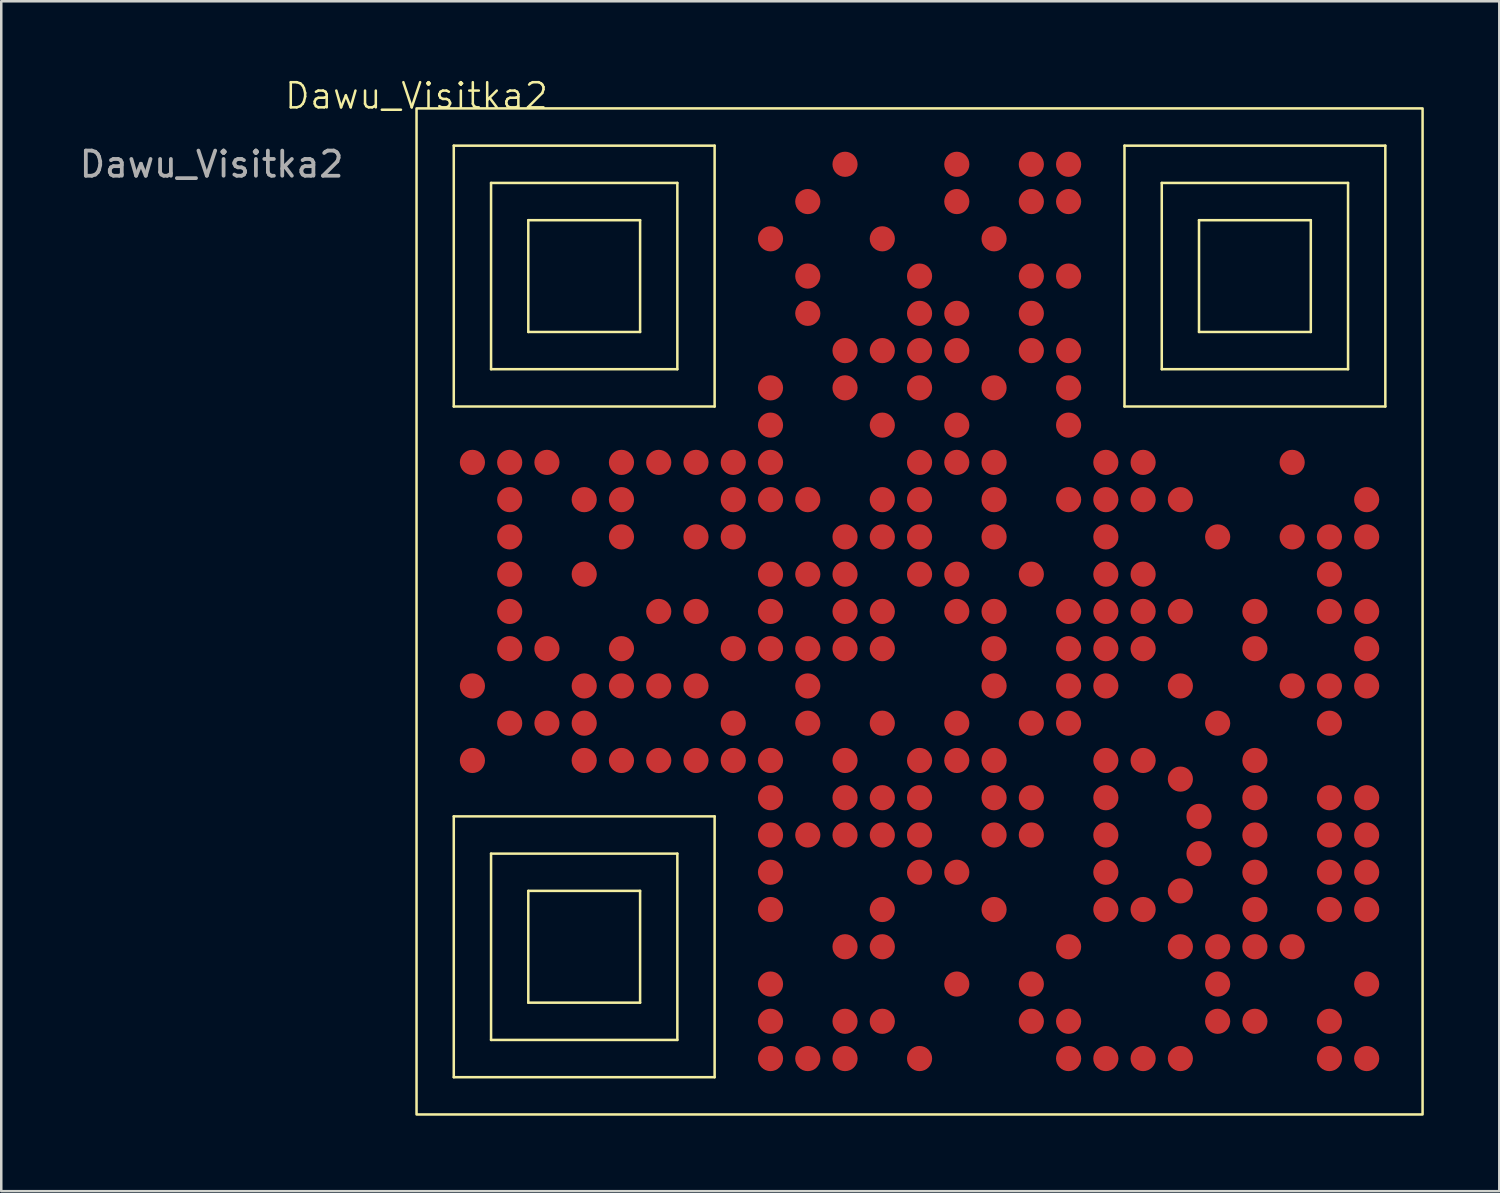
<source format=kicad_pcb>
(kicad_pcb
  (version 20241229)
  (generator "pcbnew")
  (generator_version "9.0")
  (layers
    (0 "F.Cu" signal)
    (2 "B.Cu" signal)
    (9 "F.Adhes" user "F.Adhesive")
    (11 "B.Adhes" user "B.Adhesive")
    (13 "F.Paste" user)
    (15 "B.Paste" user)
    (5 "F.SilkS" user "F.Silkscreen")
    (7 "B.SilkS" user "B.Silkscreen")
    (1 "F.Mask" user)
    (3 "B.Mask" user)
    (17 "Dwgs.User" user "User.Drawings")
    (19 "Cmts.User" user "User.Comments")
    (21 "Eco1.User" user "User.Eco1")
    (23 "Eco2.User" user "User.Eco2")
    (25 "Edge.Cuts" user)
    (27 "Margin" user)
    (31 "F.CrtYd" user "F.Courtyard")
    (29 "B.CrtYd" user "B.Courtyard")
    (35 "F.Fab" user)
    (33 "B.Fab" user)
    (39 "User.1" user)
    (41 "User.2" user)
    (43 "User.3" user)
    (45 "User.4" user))
  (footprint "Dawu_Visitka2"
    (layer "F.Cu")
    (at 13.511 1.26)
    (property "Reference" "Dawu_Visitka2" (at 0 -0.5 0) (unlocked yes) (layer "F.SilkS") (effects (font (size 1 1) (thickness 0.1))))
    (attr smd)
    (fp_line (start 1.481 1.481) (end 1.481 11.852) (stroke (width 0.1) (type default)) (layer "F.SilkS"))
    (fp_line (start 1.481 11.852) (end 11.852 11.852) (stroke (width 0.1) (type default)) (layer "F.SilkS"))
    (fp_line (start 1.481 28.148) (end 11.852 28.148) (stroke (width 0.1) (type default)) (layer "F.SilkS"))
    (fp_line (start 1.481 38.519) (end 1.481 28.148) (stroke (width 0.1) (type default)) (layer "F.SilkS"))
    (fp_line (start 2.963 2.963) (end 2.963 10.37) (stroke (width 0.1) (type default)) (layer "F.SilkS"))
    (fp_line (start 2.963 10.37) (end 10.37 10.37) (stroke (width 0.1) (type default)) (layer "F.SilkS"))
    (fp_line (start 2.963 29.63) (end 10.37 29.63) (stroke (width 0.1) (type default)) (layer "F.SilkS"))
    (fp_line (start 2.963 37.037) (end 2.963 29.63) (stroke (width 0.1) (type default)) (layer "F.SilkS"))
    (fp_line (start 4.444 4.444) (end 4.444 8.889) (stroke (width 0.1) (type default)) (layer "F.SilkS"))
    (fp_line (start 4.444 8.889) (end 8.889 8.889) (stroke (width 0.1) (type default)) (layer "F.SilkS"))
    (fp_line (start 4.444 31.111) (end 8.889 31.111) (stroke (width 0.1) (type default)) (layer "F.SilkS"))
    (fp_line (start 4.444 35.556) (end 4.444 31.111) (stroke (width 0.1) (type default)) (layer "F.SilkS"))
    (fp_line (start 8.889 4.444) (end 4.444 4.444) (stroke (width 0.1) (type default)) (layer "F.SilkS"))
    (fp_line (start 8.889 8.889) (end 8.889 4.444) (stroke (width 0.1) (type default)) (layer "F.SilkS"))
    (fp_line (start 8.889 31.111) (end 8.889 35.556) (stroke (width 0.1) (type default)) (layer "F.SilkS"))
    (fp_line (start 8.889 35.556) (end 4.444 35.556) (stroke (width 0.1) (type default)) (layer "F.SilkS"))
    (fp_line (start 10.37 2.963) (end 2.963 2.963) (stroke (width 0.1) (type default)) (layer "F.SilkS"))
    (fp_line (start 10.37 10.37) (end 10.37 2.963) (stroke (width 0.1) (type default)) (layer "F.SilkS"))
    (fp_line (start 10.37 29.63) (end 10.37 37.037) (stroke (width 0.1) (type default)) (layer "F.SilkS"))
    (fp_line (start 10.37 37.037) (end 2.963 37.037) (stroke (width 0.1) (type default)) (layer "F.SilkS"))
    (fp_line (start 11.852 1.481) (end 1.481 1.481) (stroke (width 0.1) (type default)) (layer "F.SilkS"))
    (fp_line (start 11.852 11.852) (end 11.852 1.481) (stroke (width 0.1) (type default)) (layer "F.SilkS"))
    (fp_line (start 11.852 28.148) (end 11.852 38.519) (stroke (width 0.1) (type default)) (layer "F.SilkS"))
    (fp_line (start 11.852 38.519) (end 1.481 38.519) (stroke (width 0.1) (type default)) (layer "F.SilkS"))
    (fp_line (start 28.148 1.481) (end 28.148 11.852) (stroke (width 0.1) (type default)) (layer "F.SilkS"))
    (fp_line (start 28.148 11.852) (end 38.519 11.852) (stroke (width 0.1) (type default)) (layer "F.SilkS"))
    (fp_line (start 29.63 2.963) (end 29.63 10.37) (stroke (width 0.1) (type default)) (layer "F.SilkS"))
    (fp_line (start 29.63 10.37) (end 37.037 10.37) (stroke (width 0.1) (type default)) (layer "F.SilkS"))
    (fp_line (start 31.111 4.444) (end 31.111 8.889) (stroke (width 0.1) (type default)) (layer "F.SilkS"))
    (fp_line (start 31.111 8.889) (end 35.556 8.889) (stroke (width 0.1) (type default)) (layer "F.SilkS"))
    (fp_line (start 35.556 4.444) (end 31.111 4.444) (stroke (width 0.1) (type default)) (layer "F.SilkS"))
    (fp_line (start 35.556 8.889) (end 35.556 4.444) (stroke (width 0.1) (type default)) (layer "F.SilkS"))
    (fp_line (start 37.037 2.963) (end 29.63 2.963) (stroke (width 0.1) (type default)) (layer "F.SilkS"))
    (fp_line (start 37.037 10.37) (end 37.037 2.963) (stroke (width 0.1) (type default)) (layer "F.SilkS"))
    (fp_line (start 38.519 1.481) (end 28.148 1.481) (stroke (width 0.1) (type default)) (layer "F.SilkS"))
    (fp_line (start 38.519 11.852) (end 38.519 1.481) (stroke (width 0.1) (type default)) (layer "F.SilkS"))
    (fp_rect (start 0 0) (end 40 40) (stroke (width 0.1) (type default)) (fill no) (layer "F.SilkS"))
    (fp_text user "${REFERENCE}" (at -8.148 2.222 0) (unlocked yes) (layer "F.Fab") (effects (font (size 1 1) (thickness 0.15))))
    (pad "1" smd circle (at 17.037 2.222) (size 1 1) (layers "F.Cu" "F.Mask" "F.Paste"))
    (pad "2" smd circle (at 21.481 2.222) (size 1 1) (layers "F.Cu" "F.Mask" "F.Paste"))
    (pad "3" smd circle (at 24.444 2.222) (size 1 1) (layers "F.Cu" "F.Mask" "F.Paste"))
    (pad "4" smd circle (at 25.926 2.222) (size 1 1) (layers "F.Cu" "F.Mask" "F.Paste"))
    (pad "5" smd circle (at 25.926 3.704) (size 1 1) (layers "F.Cu" "F.Mask" "F.Paste"))
    (pad "6" smd circle (at 24.444 3.704) (size 1 1) (layers "F.Cu" "F.Mask" "F.Paste"))
    (pad "7" smd circle (at 21.481 3.704) (size 1 1) (layers "F.Cu" "F.Mask" "F.Paste"))
    (pad "8" smd circle (at 15.556 3.704) (size 1 1) (layers "F.Cu" "F.Mask" "F.Paste"))
    (pad "9" smd circle (at 14.074 5.185) (size 1 1) (layers "F.Cu" "F.Mask" "F.Paste"))
    (pad "10" smd circle (at 18.519 5.185) (size 1 1) (layers "F.Cu" "F.Mask" "F.Paste"))
    (pad "11" smd circle (at 22.963 5.185) (size 1 1) (layers "F.Cu" "F.Mask" "F.Paste"))
    (pad "12" smd circle (at 25.926 6.667) (size 1 1) (layers "F.Cu" "F.Mask" "F.Paste"))
    (pad "13" smd circle (at 24.444 6.667) (size 1 1) (layers "F.Cu" "F.Mask" "F.Paste"))
    (pad "14" smd circle (at 20 6.667) (size 1 1) (layers "F.Cu" "F.Mask" "F.Paste"))
    (pad "15" smd circle (at 15.556 6.667) (size 1 1) (layers "F.Cu" "F.Mask" "F.Paste"))
    (pad "16" smd circle (at 15.556 8.148) (size 1 1) (layers "F.Cu" "F.Mask" "F.Paste"))
    (pad "17" smd circle (at 20 8.148) (size 1 1) (layers "F.Cu" "F.Mask" "F.Paste"))
    (pad "18" smd circle (at 21.481 8.148) (size 1 1) (layers "F.Cu" "F.Mask" "F.Paste"))
    (pad "19" smd circle (at 24.444 8.148) (size 1 1) (layers "F.Cu" "F.Mask" "F.Paste"))
    (pad "20" smd circle (at 25.926 9.63) (size 1 1) (layers "F.Cu" "F.Mask" "F.Paste"))
    (pad "21" smd circle (at 24.444 9.63) (size 1 1) (layers "F.Cu" "F.Mask" "F.Paste"))
    (pad "22" smd circle (at 21.481 9.63) (size 1 1) (layers "F.Cu" "F.Mask" "F.Paste"))
    (pad "23" smd circle (at 20 9.63) (size 1 1) (layers "F.Cu" "F.Mask" "F.Paste"))
    (pad "24" smd circle (at 18.519 9.63) (size 1 1) (layers "F.Cu" "F.Mask" "F.Paste"))
    (pad "25" smd circle (at 17.037 9.63) (size 1 1) (layers "F.Cu" "F.Mask" "F.Paste"))
    (pad "26" smd circle (at 14.074 11.111) (size 1 1) (layers "F.Cu" "F.Mask" "F.Paste"))
    (pad "27" smd circle (at 17.037 11.111) (size 1 1) (layers "F.Cu" "F.Mask" "F.Paste"))
    (pad "28" smd circle (at 20 11.111) (size 1 1) (layers "F.Cu" "F.Mask" "F.Paste"))
    (pad "29" smd circle (at 22.963 11.111) (size 1 1) (layers "F.Cu" "F.Mask" "F.Paste"))
    (pad "30" smd circle (at 25.926 11.111) (size 1 1) (layers "F.Cu" "F.Mask" "F.Paste"))
    (pad "31" smd circle (at 25.926 12.593) (size 1 1) (layers "F.Cu" "F.Mask" "F.Paste"))
    (pad "32" smd circle (at 21.481 12.593) (size 1 1) (layers "F.Cu" "F.Mask" "F.Paste"))
    (pad "33" smd circle (at 18.519 12.593) (size 1 1) (layers "F.Cu" "F.Mask" "F.Paste"))
    (pad "34" smd circle (at 14.074 12.593) (size 1 1) (layers "F.Cu" "F.Mask" "F.Paste"))
    (pad "35" smd circle (at 2.222 14.074) (size 1 1) (layers "F.Cu" "F.Mask" "F.Paste"))
    (pad "36" smd circle (at 3.704 14.074) (size 1 1) (layers "F.Cu" "F.Mask" "F.Paste"))
    (pad "37" smd circle (at 5.185 14.074) (size 1 1) (layers "F.Cu" "F.Mask" "F.Paste"))
    (pad "38" smd circle (at 8.148 14.074) (size 1 1) (layers "F.Cu" "F.Mask" "F.Paste"))
    (pad "39" smd circle (at 9.63 14.074) (size 1 1) (layers "F.Cu" "F.Mask" "F.Paste"))
    (pad "40" smd circle (at 11.111 14.074) (size 1 1) (layers "F.Cu" "F.Mask" "F.Paste"))
    (pad "41" smd circle (at 12.593 14.074) (size 1 1) (layers "F.Cu" "F.Mask" "F.Paste"))
    (pad "42" smd circle (at 14.074 14.074) (size 1 1) (layers "F.Cu" "F.Mask" "F.Paste"))
    (pad "43" smd circle (at 20 14.074) (size 1 1) (layers "F.Cu" "F.Mask" "F.Paste"))
    (pad "44" smd circle (at 21.481 14.074) (size 1 1) (layers "F.Cu" "F.Mask" "F.Paste"))
    (pad "45" smd circle (at 22.963 14.074) (size 1 1) (layers "F.Cu" "F.Mask" "F.Paste"))
    (pad "46" smd circle (at 27.407 14.074) (size 1 1) (layers "F.Cu" "F.Mask" "F.Paste"))
    (pad "47" smd circle (at 28.889 14.074) (size 1 1) (layers "F.Cu" "F.Mask" "F.Paste"))
    (pad "48" smd circle (at 34.815 14.074) (size 1 1) (layers "F.Cu" "F.Mask" "F.Paste"))
    (pad "49" smd circle (at 37.778 15.556) (size 1 1) (layers "F.Cu" "F.Mask" "F.Paste"))
    (pad "50" smd circle (at 30.37 15.556) (size 1 1) (layers "F.Cu" "F.Mask" "F.Paste"))
    (pad "51" smd circle (at 28.889 15.556) (size 1 1) (layers "F.Cu" "F.Mask" "F.Paste"))
    (pad "52" smd circle (at 27.407 15.556) (size 1 1) (layers "F.Cu" "F.Mask" "F.Paste"))
    (pad "53" smd circle (at 25.926 15.556) (size 1 1) (layers "F.Cu" "F.Mask" "F.Paste"))
    (pad "54" smd circle (at 22.963 15.556) (size 1 1) (layers "F.Cu" "F.Mask" "F.Paste"))
    (pad "55" smd circle (at 20 15.556) (size 1 1) (layers "F.Cu" "F.Mask" "F.Paste"))
    (pad "56" smd circle (at 18.519 15.556) (size 1 1) (layers "F.Cu" "F.Mask" "F.Paste"))
    (pad "57" smd circle (at 15.556 15.556) (size 1 1) (layers "F.Cu" "F.Mask" "F.Paste"))
    (pad "58" smd circle (at 14.074 15.556) (size 1 1) (layers "F.Cu" "F.Mask" "F.Paste"))
    (pad "59" smd circle (at 12.593 15.556) (size 1 1) (layers "F.Cu" "F.Mask" "F.Paste"))
    (pad "60" smd circle (at 8.148 15.556) (size 1 1) (layers "F.Cu" "F.Mask" "F.Paste"))
    (pad "61" smd circle (at 6.667 15.556) (size 1 1) (layers "F.Cu" "F.Mask" "F.Paste"))
    (pad "62" smd circle (at 3.704 15.556) (size 1 1) (layers "F.Cu" "F.Mask" "F.Paste"))
    (pad "63" smd circle (at 3.704 17.037) (size 1 1) (layers "F.Cu" "F.Mask" "F.Paste"))
    (pad "64" smd circle (at 8.148 17.037) (size 1 1) (layers "F.Cu" "F.Mask" "F.Paste"))
    (pad "65" smd circle (at 11.111 17.037) (size 1 1) (layers "F.Cu" "F.Mask" "F.Paste"))
    (pad "66" smd circle (at 12.593 17.037) (size 1 1) (layers "F.Cu" "F.Mask" "F.Paste"))
    (pad "67" smd circle (at 17.037 17.037) (size 1 1) (layers "F.Cu" "F.Mask" "F.Paste"))
    (pad "68" smd circle (at 18.519 17.037) (size 1 1) (layers "F.Cu" "F.Mask" "F.Paste"))
    (pad "69" smd circle (at 20 17.037) (size 1 1) (layers "F.Cu" "F.Mask" "F.Paste"))
    (pad "70" smd circle (at 22.963 17.037) (size 1 1) (layers "F.Cu" "F.Mask" "F.Paste"))
    (pad "71" smd circle (at 27.407 17.037) (size 1 1) (layers "F.Cu" "F.Mask" "F.Paste"))
    (pad "72" smd circle (at 31.852 17.037) (size 1 1) (layers "F.Cu" "F.Mask" "F.Paste"))
    (pad "73" smd circle (at 34.815 17.037) (size 1 1) (layers "F.Cu" "F.Mask" "F.Paste"))
    (pad "74" smd circle (at 36.296 17.037) (size 1 1) (layers "F.Cu" "F.Mask" "F.Paste"))
    (pad "75" smd circle (at 37.778 17.037) (size 1 1) (layers "F.Cu" "F.Mask" "F.Paste"))
    (pad "76" smd circle (at 36.296 18.519) (size 1 1) (layers "F.Cu" "F.Mask" "F.Paste"))
    (pad "77" smd circle (at 28.889 18.519) (size 1 1) (layers "F.Cu" "F.Mask" "F.Paste"))
    (pad "78" smd circle (at 27.407 18.519) (size 1 1) (layers "F.Cu" "F.Mask" "F.Paste"))
    (pad "79" smd circle (at 24.444 18.519) (size 1 1) (layers "F.Cu" "F.Mask" "F.Paste"))
    (pad "80" smd circle (at 21.481 18.519) (size 1 1) (layers "F.Cu" "F.Mask" "F.Paste"))
    (pad "81" smd circle (at 20 18.519) (size 1 1) (layers "F.Cu" "F.Mask" "F.Paste"))
    (pad "82" smd circle (at 17.037 18.519) (size 1 1) (layers "F.Cu" "F.Mask" "F.Paste"))
    (pad "83" smd circle (at 15.556 18.519) (size 1 1) (layers "F.Cu" "F.Mask" "F.Paste"))
    (pad "84" smd circle (at 14.074 18.519) (size 1 1) (layers "F.Cu" "F.Mask" "F.Paste"))
    (pad "85" smd circle (at 6.667 18.519) (size 1 1) (layers "F.Cu" "F.Mask" "F.Paste"))
    (pad "86" smd circle (at 3.704 18.519) (size 1 1) (layers "F.Cu" "F.Mask" "F.Paste"))
    (pad "87" smd circle (at 3.704 20) (size 1 1) (layers "F.Cu" "F.Mask" "F.Paste"))
    (pad "88" smd circle (at 9.63 20) (size 1 1) (layers "F.Cu" "F.Mask" "F.Paste"))
    (pad "89" smd circle (at 11.111 20) (size 1 1) (layers "F.Cu" "F.Mask" "F.Paste"))
    (pad "90" smd circle (at 14.074 20) (size 1 1) (layers "F.Cu" "F.Mask" "F.Paste"))
    (pad "91" smd circle (at 17.037 20) (size 1 1) (layers "F.Cu" "F.Mask" "F.Paste"))
    (pad "92" smd circle (at 18.519 20) (size 1 1) (layers "F.Cu" "F.Mask" "F.Paste"))
    (pad "93" smd circle (at 21.481 20) (size 1 1) (layers "F.Cu" "F.Mask" "F.Paste"))
    (pad "94" smd circle (at 22.963 20) (size 1 1) (layers "F.Cu" "F.Mask" "F.Paste"))
    (pad "95" smd circle (at 25.926 20) (size 1 1) (layers "F.Cu" "F.Mask" "F.Paste"))
    (pad "96" smd circle (at 27.407 20) (size 1 1) (layers "F.Cu" "F.Mask" "F.Paste"))
    (pad "97" smd circle (at 28.889 20) (size 1 1) (layers "F.Cu" "F.Mask" "F.Paste"))
    (pad "98" smd circle (at 30.37 20) (size 1 1) (layers "F.Cu" "F.Mask" "F.Paste"))
    (pad "99" smd circle (at 33.333 20) (size 1 1) (layers "F.Cu" "F.Mask" "F.Paste"))
    (pad "100" smd circle (at 36.296 20) (size 1 1) (layers "F.Cu" "F.Mask" "F.Paste"))
    (pad "101" smd circle (at 37.778 20) (size 1 1) (layers "F.Cu" "F.Mask" "F.Paste"))
    (pad "102" smd circle (at 37.778 21.481) (size 1 1) (layers "F.Cu" "F.Mask" "F.Paste"))
    (pad "103" smd circle (at 33.333 21.481) (size 1 1) (layers "F.Cu" "F.Mask" "F.Paste"))
    (pad "104" smd circle (at 28.889 21.481) (size 1 1) (layers "F.Cu" "F.Mask" "F.Paste"))
    (pad "105" smd circle (at 27.407 21.481) (size 1 1) (layers "F.Cu" "F.Mask" "F.Paste"))
    (pad "106" smd circle (at 25.926 21.481) (size 1 1) (layers "F.Cu" "F.Mask" "F.Paste"))
    (pad "107" smd circle (at 22.963 21.481) (size 1 1) (layers "F.Cu" "F.Mask" "F.Paste"))
    (pad "108" smd circle (at 18.519 21.481) (size 1 1) (layers "F.Cu" "F.Mask" "F.Paste"))
    (pad "109" smd circle (at 17.037 21.481) (size 1 1) (layers "F.Cu" "F.Mask" "F.Paste"))
    (pad "110" smd circle (at 15.556 21.481) (size 1 1) (layers "F.Cu" "F.Mask" "F.Paste"))
    (pad "111" smd circle (at 14.074 21.481) (size 1 1) (layers "F.Cu" "F.Mask" "F.Paste"))
    (pad "112" smd circle (at 12.593 21.481) (size 1 1) (layers "F.Cu" "F.Mask" "F.Paste"))
    (pad "113" smd circle (at 8.148 21.481) (size 1 1) (layers "F.Cu" "F.Mask" "F.Paste"))
    (pad "114" smd circle (at 5.185 21.481) (size 1 1) (layers "F.Cu" "F.Mask" "F.Paste"))
    (pad "115" smd circle (at 3.704 21.481) (size 1 1) (layers "F.Cu" "F.Mask" "F.Paste"))
    (pad "116" smd circle (at 2.222 22.963) (size 1 1) (layers "F.Cu" "F.Mask" "F.Paste"))
    (pad "117" smd circle (at 6.667 22.963) (size 1 1) (layers "F.Cu" "F.Mask" "F.Paste"))
    (pad "118" smd circle (at 8.148 22.963) (size 1 1) (layers "F.Cu" "F.Mask" "F.Paste"))
    (pad "119" smd circle (at 9.63 22.963) (size 1 1) (layers "F.Cu" "F.Mask" "F.Paste"))
    (pad "120" smd circle (at 11.111 22.963) (size 1 1) (layers "F.Cu" "F.Mask" "F.Paste"))
    (pad "121" smd circle (at 15.556 22.963) (size 1 1) (layers "F.Cu" "F.Mask" "F.Paste"))
    (pad "122" smd circle (at 22.963 22.963) (size 1 1) (layers "F.Cu" "F.Mask" "F.Paste"))
    (pad "123" smd circle (at 25.926 22.963) (size 1 1) (layers "F.Cu" "F.Mask" "F.Paste"))
    (pad "124" smd circle (at 27.407 22.963) (size 1 1) (layers "F.Cu" "F.Mask" "F.Paste"))
    (pad "125" smd circle (at 30.37 22.963) (size 1 1) (layers "F.Cu" "F.Mask" "F.Paste"))
    (pad "126" smd circle (at 34.815 22.963) (size 1 1) (layers "F.Cu" "F.Mask" "F.Paste"))
    (pad "127" smd circle (at 36.296 22.963) (size 1 1) (layers "F.Cu" "F.Mask" "F.Paste"))
    (pad "128" smd circle (at 37.778 22.963) (size 1 1) (layers "F.Cu" "F.Mask" "F.Paste"))
    (pad "129" smd circle (at 36.296 24.444) (size 1 1) (layers "F.Cu" "F.Mask" "F.Paste"))
    (pad "130" smd circle (at 31.852 24.444) (size 1 1) (layers "F.Cu" "F.Mask" "F.Paste"))
    (pad "131" smd circle (at 25.926 24.444) (size 1 1) (layers "F.Cu" "F.Mask" "F.Paste"))
    (pad "132" smd circle (at 24.444 24.444) (size 1 1) (layers "F.Cu" "F.Mask" "F.Paste"))
    (pad "133" smd circle (at 21.481 24.444) (size 1 1) (layers "F.Cu" "F.Mask" "F.Paste"))
    (pad "134" smd circle (at 18.519 24.444) (size 1 1) (layers "F.Cu" "F.Mask" "F.Paste"))
    (pad "135" smd circle (at 15.556 24.444) (size 1 1) (layers "F.Cu" "F.Mask" "F.Paste"))
    (pad "136" smd circle (at 12.593 24.444) (size 1 1) (layers "F.Cu" "F.Mask" "F.Paste"))
    (pad "137" smd circle (at 6.667 24.444) (size 1 1) (layers "F.Cu" "F.Mask" "F.Paste"))
    (pad "138" smd circle (at 5.185 24.444) (size 1 1) (layers "F.Cu" "F.Mask" "F.Paste"))
    (pad "139" smd circle (at 3.704 24.444) (size 1 1) (layers "F.Cu" "F.Mask" "F.Paste"))
    (pad "140" smd circle (at 2.222 25.926) (size 1 1) (layers "F.Cu" "F.Mask" "F.Paste"))
    (pad "141" smd circle (at 6.667 25.926) (size 1 1) (layers "F.Cu" "F.Mask" "F.Paste"))
    (pad "142" smd circle (at 8.148 25.926) (size 1 1) (layers "F.Cu" "F.Mask" "F.Paste"))
    (pad "143" smd circle (at 9.63 25.926) (size 1 1) (layers "F.Cu" "F.Mask" "F.Paste"))
    (pad "144" smd circle (at 11.111 25.926) (size 1 1) (layers "F.Cu" "F.Mask" "F.Paste"))
    (pad "145" smd circle (at 12.593 25.926) (size 1 1) (layers "F.Cu" "F.Mask" "F.Paste"))
    (pad "146" smd circle (at 14.074 25.926) (size 1 1) (layers "F.Cu" "F.Mask" "F.Paste"))
    (pad "147" smd circle (at 17.037 25.926) (size 1 1) (layers "F.Cu" "F.Mask" "F.Paste"))
    (pad "148" smd circle (at 20 25.926) (size 1 1) (layers "F.Cu" "F.Mask" "F.Paste"))
    (pad "149" smd circle (at 21.481 25.926) (size 1 1) (layers "F.Cu" "F.Mask" "F.Paste"))
    (pad "150" smd circle (at 22.963 25.926) (size 1 1) (layers "F.Cu" "F.Mask" "F.Paste"))
    (pad "151" smd circle (at 33.333 25.926) (size 1 1) (layers "F.Cu" "F.Mask" "F.Paste"))
    (pad "152" smd circle (at 37.778 27.407) (size 1 1) (layers "F.Cu" "F.Mask" "F.Paste"))
    (pad "153" smd circle (at 36.296 27.407) (size 1 1) (layers "F.Cu" "F.Mask" "F.Paste"))
    (pad "154" smd circle (at 33.333 27.407) (size 1 1) (layers "F.Cu" "F.Mask" "F.Paste"))
    (pad "155" smd circle (at 24.444 27.407) (size 1 1) (layers "F.Cu" "F.Mask" "F.Paste"))
    (pad "156" smd circle (at 22.963 27.407) (size 1 1) (layers "F.Cu" "F.Mask" "F.Paste"))
    (pad "157" smd circle (at 20 27.407) (size 1 1) (layers "F.Cu" "F.Mask" "F.Paste"))
    (pad "158" smd circle (at 18.519 27.407) (size 1 1) (layers "F.Cu" "F.Mask" "F.Paste"))
    (pad "159" smd circle (at 17.037 27.407) (size 1 1) (layers "F.Cu" "F.Mask" "F.Paste"))
    (pad "160" smd circle (at 14.074 27.407) (size 1 1) (layers "F.Cu" "F.Mask" "F.Paste"))
    (pad "161" smd circle (at 14.074 28.889) (size 1 1) (layers "F.Cu" "F.Mask" "F.Paste"))
    (pad "162" smd circle (at 15.556 28.889) (size 1 1) (layers "F.Cu" "F.Mask" "F.Paste"))
    (pad "163" smd circle (at 17.037 28.889) (size 1 1) (layers "F.Cu" "F.Mask" "F.Paste"))
    (pad "164" smd circle (at 18.519 28.889) (size 1 1) (layers "F.Cu" "F.Mask" "F.Paste"))
    (pad "165" smd circle (at 20 28.889) (size 1 1) (layers "F.Cu" "F.Mask" "F.Paste"))
    (pad "166" smd circle (at 22.963 28.889) (size 1 1) (layers "F.Cu" "F.Mask" "F.Paste"))
    (pad "167" smd circle (at 24.444 28.889) (size 1 1) (layers "F.Cu" "F.Mask" "F.Paste"))
    (pad "168" smd circle (at 33.333 28.889) (size 1 1) (layers "F.Cu" "F.Mask" "F.Paste"))
    (pad "169" smd circle (at 36.296 28.889) (size 1 1) (layers "F.Cu" "F.Mask" "F.Paste"))
    (pad "170" smd circle (at 37.778 28.889) (size 1 1) (layers "F.Cu" "F.Mask" "F.Paste"))
    (pad "171" smd circle (at 37.778 30.37) (size 1 1) (layers "F.Cu" "F.Mask" "F.Paste"))
    (pad "172" smd circle (at 36.296 30.37) (size 1 1) (layers "F.Cu" "F.Mask" "F.Paste"))
    (pad "173" smd circle (at 33.333 30.37) (size 1 1) (layers "F.Cu" "F.Mask" "F.Paste"))
    (pad "174" smd circle (at 21.481 30.37) (size 1 1) (layers "F.Cu" "F.Mask" "F.Paste"))
    (pad "175" smd circle (at 20 30.37) (size 1 1) (layers "F.Cu" "F.Mask" "F.Paste"))
    (pad "176" smd circle (at 14.074 30.37) (size 1 1) (layers "F.Cu" "F.Mask" "F.Paste"))
    (pad "177" smd circle (at 14.074 31.852) (size 1 1) (layers "F.Cu" "F.Mask" "F.Paste"))
    (pad "178" smd circle (at 18.519 31.852) (size 1 1) (layers "F.Cu" "F.Mask" "F.Paste"))
    (pad "179" smd circle (at 22.963 31.852) (size 1 1) (layers "F.Cu" "F.Mask" "F.Paste"))
    (pad "180" smd circle (at 33.333 31.852) (size 1 1) (layers "F.Cu" "F.Mask" "F.Paste"))
    (pad "181" smd circle (at 36.296 31.852) (size 1 1) (layers "F.Cu" "F.Mask" "F.Paste"))
    (pad "182" smd circle (at 37.778 31.852) (size 1 1) (layers "F.Cu" "F.Mask" "F.Paste"))
    (pad "183" smd circle (at 34.815 33.333) (size 1 1) (layers "F.Cu" "F.Mask" "F.Paste"))
    (pad "184" smd circle (at 33.333 33.333) (size 1 1) (layers "F.Cu" "F.Mask" "F.Paste"))
    (pad "185" smd circle (at 31.852 33.333) (size 1 1) (layers "F.Cu" "F.Mask" "F.Paste"))
    (pad "186" smd circle (at 30.37 33.333) (size 1 1) (layers "F.Cu" "F.Mask" "F.Paste"))
    (pad "187" smd circle (at 25.926 33.333) (size 1 1) (layers "F.Cu" "F.Mask" "F.Paste"))
    (pad "188" smd circle (at 18.519 33.333) (size 1 1) (layers "F.Cu" "F.Mask" "F.Paste"))
    (pad "189" smd circle (at 17.037 33.333) (size 1 1) (layers "F.Cu" "F.Mask" "F.Paste"))
    (pad "190" smd circle (at 14.074 34.815) (size 1 1) (layers "F.Cu" "F.Mask" "F.Paste"))
    (pad "191" smd circle (at 21.481 34.815) (size 1 1) (layers "F.Cu" "F.Mask" "F.Paste"))
    (pad "192" smd circle (at 24.444 34.815) (size 1 1) (layers "F.Cu" "F.Mask" "F.Paste"))
    (pad "193" smd circle (at 31.852 34.815) (size 1 1) (layers "F.Cu" "F.Mask" "F.Paste"))
    (pad "194" smd circle (at 37.778 34.815) (size 1 1) (layers "F.Cu" "F.Mask" "F.Paste"))
    (pad "195" smd circle (at 36.296 36.296) (size 1 1) (layers "F.Cu" "F.Mask" "F.Paste"))
    (pad "196" smd circle (at 33.333 36.296) (size 1 1) (layers "F.Cu" "F.Mask" "F.Paste"))
    (pad "197" smd circle (at 31.852 36.296) (size 1 1) (layers "F.Cu" "F.Mask" "F.Paste"))
    (pad "198" smd circle (at 25.926 36.296) (size 1 1) (layers "F.Cu" "F.Mask" "F.Paste"))
    (pad "199" smd circle (at 24.444 36.296) (size 1 1) (layers "F.Cu" "F.Mask" "F.Paste"))
    (pad "200" smd circle (at 18.519 36.296) (size 1 1) (layers "F.Cu" "F.Mask" "F.Paste"))
    (pad "201" smd circle (at 17.037 36.296) (size 1 1) (layers "F.Cu" "F.Mask" "F.Paste"))
    (pad "202" smd circle (at 14.074 36.296) (size 1 1) (layers "F.Cu" "F.Mask" "F.Paste"))
    (pad "203" smd circle (at 14.074 37.778) (size 1 1) (layers "F.Cu" "F.Mask" "F.Paste"))
    (pad "204" smd circle (at 15.556 37.778) (size 1 1) (layers "F.Cu" "F.Mask" "F.Paste"))
    (pad "205" smd circle (at 17.037 37.778) (size 1 1) (layers "F.Cu" "F.Mask" "F.Paste"))
    (pad "206" smd circle (at 20 37.778) (size 1 1) (layers "F.Cu" "F.Mask" "F.Paste"))
    (pad "207" smd circle (at 25.926 37.778) (size 1 1) (layers "F.Cu" "F.Mask" "F.Paste"))
    (pad "208" smd circle (at 27.407 37.778) (size 1 1) (layers "F.Cu" "F.Mask" "F.Paste"))
    (pad "209" smd circle (at 28.889 37.778) (size 1 1) (layers "F.Cu" "F.Mask" "F.Paste"))
    (pad "210" smd circle (at 30.37 37.778) (size 1 1) (layers "F.Cu" "F.Mask" "F.Paste"))
    (pad "211" smd circle (at 36.296 37.778) (size 1 1) (layers "F.Cu" "F.Mask" "F.Paste"))
    (pad "212" smd circle (at 37.778 37.778) (size 1 1) (layers "F.Cu" "F.Mask" "F.Paste"))
    (pad "218" smd circle (at 27.407 25.926) (size 1 1) (layers "F.Cu" "F.Mask" "F.Paste"))
    (pad "219" smd circle (at 27.407 27.407) (size 1 1) (layers "F.Cu" "F.Mask" "F.Paste"))
    (pad "220" smd circle (at 27.407 28.889) (size 1 1) (layers "F.Cu" "F.Mask" "F.Paste"))
    (pad "221" smd circle (at 27.407 30.37) (size 1 1) (layers "F.Cu" "F.Mask" "F.Paste"))
    (pad "222" smd circle (at 27.407 31.852) (size 1 1) (layers "F.Cu" "F.Mask" "F.Paste"))
    (pad "223" smd circle (at 28.889 31.852) (size 1 1) (layers "F.Cu" "F.Mask" "F.Paste"))
    (pad "224" smd circle (at 30.37 31.111) (size 1 1) (layers "F.Cu" "F.Mask" "F.Paste"))
    (pad "225" smd circle (at 31.111 29.63) (size 1 1) (layers "F.Cu" "F.Mask" "F.Paste"))
    (pad "226" smd circle (at 31.111 28.148) (size 1 1) (layers "F.Cu" "F.Mask" "F.Paste"))
    (pad "227" smd circle (at 28.889 25.926) (size 1 1) (layers "F.Cu" "F.Mask" "F.Paste"))
    (pad "228" smd circle (at 30.37 26.667) (size 1 1) (layers "F.Cu" "F.Mask" "F.Paste")))
  (gr_rect
    (start -3 -3)
    (end 56.561 44.31)
    (stroke (width 0.1) (type default))
    (fill no)
    (layer "Edge.Cuts")))
</source>
